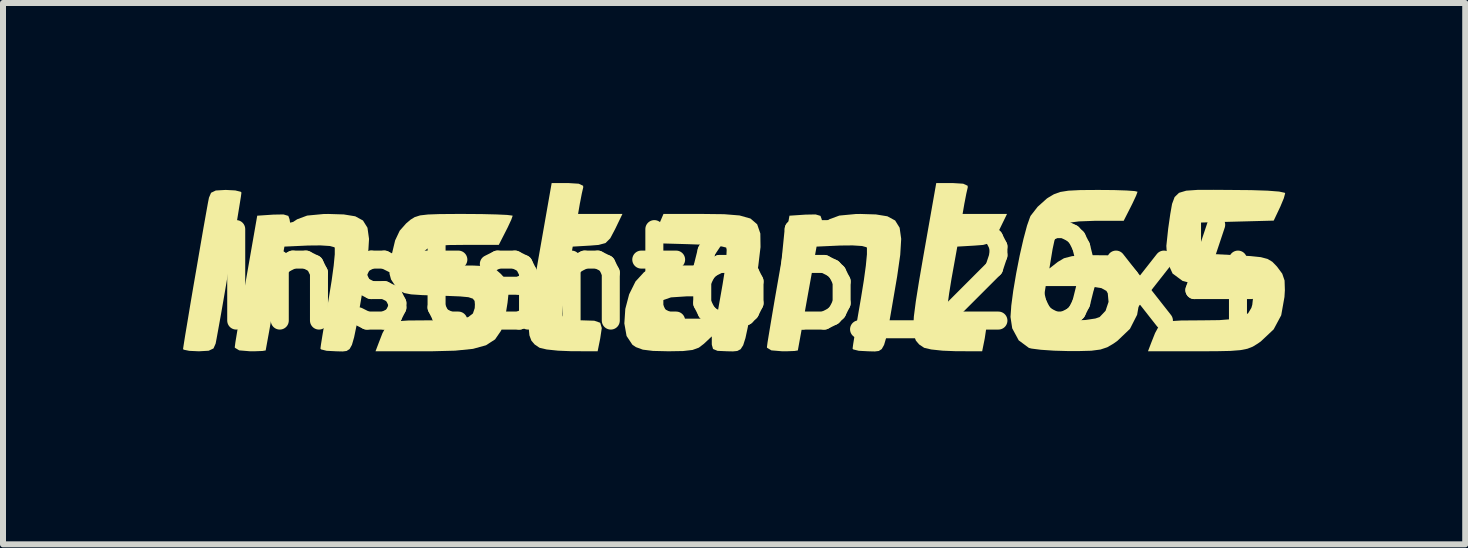
<source format=kicad_pcb>
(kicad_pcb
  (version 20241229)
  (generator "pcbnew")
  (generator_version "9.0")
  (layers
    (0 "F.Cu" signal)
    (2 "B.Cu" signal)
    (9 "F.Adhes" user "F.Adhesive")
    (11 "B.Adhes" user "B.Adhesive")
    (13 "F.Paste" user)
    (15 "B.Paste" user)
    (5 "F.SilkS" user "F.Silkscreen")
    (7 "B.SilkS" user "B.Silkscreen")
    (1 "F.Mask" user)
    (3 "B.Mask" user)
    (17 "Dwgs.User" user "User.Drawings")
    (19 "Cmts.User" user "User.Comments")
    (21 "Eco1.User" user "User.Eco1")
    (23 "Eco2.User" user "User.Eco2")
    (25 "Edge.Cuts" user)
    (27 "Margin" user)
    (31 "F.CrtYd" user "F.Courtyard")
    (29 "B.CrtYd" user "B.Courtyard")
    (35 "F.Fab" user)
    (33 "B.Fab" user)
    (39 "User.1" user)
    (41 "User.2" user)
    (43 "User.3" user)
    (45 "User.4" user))
  (footprint "Instant65_20x4"
    (layer "F.Cu")
    (at 9.268 1.602)
    (property "Reference" "Instant65_20x4" (at 0 0 0) (layer "F.SilkS") (effects (font (size 1.524 1.524) (thickness 0.3))))
    (attr through_hole)
    (fp_poly (pts (xy -8.398 -1.479) (xy -8.307 -1.457) (xy -8.295 -1.444) (xy -8.304 -1.375) (xy -8.33 -1.214) (xy -8.368 -0.981) (xy -8.416 -0.695) (xy -8.47 -0.377) (xy -8.527 -0.047) (xy -8.582 0.275) (xy -8.633 0.568) (xy -8.677 0.813) (xy -8.709 0.989) (xy -8.725 1.073) (xy -8.761 1.154) (xy -8.841 1.192) (xy -8.999 1.201) (xy -9.011 1.201) (xy -9.164 1.194) (xy -9.256 1.175) (xy -9.268 1.164) (xy -9.258 1.097) (xy -9.233 0.938) (xy -9.194 0.706) (xy -9.147 0.422) (xy -9.093 0.104) (xy -9.036 -0.225) (xy -8.981 -0.547) (xy -8.93 -0.842) (xy -8.886 -1.089) (xy -8.854 -1.268) (xy -8.836 -1.359) (xy -8.801 -1.44) (xy -8.722 -1.478) (xy -8.565 -1.487) (xy -8.551 -1.487)) (stroke (width 0) (type solid)) (fill yes) (layer "F.SilkS"))
    (fp_poly (pts (xy -2.676 -1.591) (xy -2.602 -1.557) (xy -2.6 -1.53) (xy -2.624 -1.426) (xy -2.653 -1.275) (xy -2.654 -1.273) (xy -2.686 -1.087) (xy -1.947 -1.087) (xy -2.07 -0.832) (xy -2.15 -0.681) (xy -2.228 -0.603) (xy -2.344 -0.571) (xy -2.484 -0.56) (xy -2.775 -0.543) (xy -2.872 0) (xy -2.912 0.242) (xy -2.938 0.444) (xy -2.948 0.58) (xy -2.945 0.615) (xy -2.872 0.661) (xy -2.698 0.684) (xy -2.605 0.686) (xy -2.415 0.692) (xy -2.317 0.726) (xy -2.291 0.814) (xy -2.316 0.981) (xy -2.324 1.023) (xy -2.36 1.201) (xy -2.796 1.2) (xy -3.02 1.191) (xy -3.209 1.171) (xy -3.324 1.144) (xy -3.332 1.14) (xy -3.409 1.088) (xy -3.464 1.024) (xy -3.497 0.935) (xy -3.509 0.806) (xy -3.498 0.621) (xy -3.466 0.367) (xy -3.411 0.029) (xy -3.341 -0.377) (xy -3.126 -1.602) (xy -2.852 -1.602)) (stroke (width 0) (type solid)) (fill yes) (layer "F.SilkS"))
    (fp_poly (pts (xy 3.731 -1.591) (xy 3.805 -1.557) (xy 3.807 -1.53) (xy 3.783 -1.426) (xy 3.754 -1.275) (xy 3.753 -1.273) (xy 3.721 -1.087) (xy 4.461 -1.087) (xy 4.337 -0.832) (xy 4.257 -0.681) (xy 4.18 -0.603) (xy 4.063 -0.571) (xy 3.923 -0.56) (xy 3.633 -0.543) (xy 3.535 0) (xy 3.496 0.242) (xy 3.469 0.444) (xy 3.459 0.58) (xy 3.462 0.615) (xy 3.535 0.661) (xy 3.709 0.684) (xy 3.802 0.686) (xy 3.993 0.692) (xy 4.09 0.726) (xy 4.116 0.814) (xy 4.091 0.981) (xy 4.083 1.023) (xy 4.047 1.201) (xy 3.611 1.2) (xy 3.387 1.191) (xy 3.199 1.171) (xy 3.083 1.144) (xy 3.076 1.14) (xy 2.998 1.088) (xy 2.943 1.024) (xy 2.91 0.935) (xy 2.899 0.806) (xy 2.909 0.621) (xy 2.942 0.367) (xy 2.996 0.029) (xy 3.066 -0.377) (xy 3.282 -1.602) (xy 3.555 -1.602)) (stroke (width 0) (type solid)) (fill yes) (layer "F.SilkS"))
    (fp_poly (pts (xy -6.59 -1.079) (xy -6.399 -1.048) (xy -6.27 -0.978) (xy -6.195 -0.857) (xy -6.169 -0.671) (xy -6.185 -0.406) (xy -6.236 -0.049) (xy -6.266 0.127) (xy -6.33 0.501) (xy -6.378 0.776) (xy -6.418 0.969) (xy -6.454 1.094) (xy -6.493 1.164) (xy -6.543 1.196) (xy -6.607 1.204) (xy -6.694 1.202) (xy -6.723 1.201) (xy -6.876 1.193) (xy -6.968 1.17) (xy -6.979 1.157) (xy -6.97 1.088) (xy -6.944 0.927) (xy -6.905 0.697) (xy -6.857 0.418) (xy -6.839 0.313) (xy -6.792 0.023) (xy -6.758 -0.226) (xy -6.74 -0.414) (xy -6.74 -0.519) (xy -6.745 -0.532) (xy -6.821 -0.553) (xy -6.978 -0.563) (xy -7.182 -0.561) (xy -7.185 -0.561) (xy -7.579 -0.543) (xy -7.734 0.315) (xy -7.788 0.612) (xy -7.833 0.867) (xy -7.868 1.059) (xy -7.888 1.169) (xy -7.891 1.187) (xy -7.945 1.196) (xy -8.076 1.201) (xy -8.152 1.201) (xy -8.332 1.186) (xy -8.405 1.142) (xy -8.406 1.13) (xy -8.396 1.053) (xy -8.368 0.883) (xy -8.327 0.638) (xy -8.276 0.337) (xy -8.217 0) (xy -8.032 -1.058) (xy -7.763 -1.076) (xy -7.595 -1.079) (xy -7.514 -1.055) (xy -7.494 -1.001) (xy -7.484 -0.942) (xy -7.434 -0.954) (xy -7.367 -0.998) (xy -7.2 -1.06) (xy -6.926 -1.086) (xy -6.848 -1.087)) (stroke (width 0) (type solid)) (fill yes) (layer "F.SilkS"))
    (fp_poly (pts (xy 2.277 -1.079) (xy 2.468 -1.048) (xy 2.597 -0.978) (xy 2.672 -0.857) (xy 2.698 -0.671) (xy 2.682 -0.406) (xy 2.631 -0.049) (xy 2.601 0.127) (xy 2.537 0.501) (xy 2.489 0.776) (xy 2.45 0.969) (xy 2.413 1.094) (xy 2.374 1.164) (xy 2.325 1.196) (xy 2.26 1.204) (xy 2.173 1.202) (xy 2.144 1.201) (xy 1.991 1.193) (xy 1.899 1.17) (xy 1.888 1.157) (xy 1.897 1.088) (xy 1.923 0.927) (xy 1.962 0.697) (xy 2.01 0.418) (xy 2.028 0.313) (xy 2.075 0.023) (xy 2.109 -0.226) (xy 2.127 -0.414) (xy 2.127 -0.519) (xy 2.122 -0.532) (xy 2.046 -0.553) (xy 1.889 -0.563) (xy 1.686 -0.561) (xy 1.682 -0.561) (xy 1.288 -0.543) (xy 1.133 0.315) (xy 1.08 0.612) (xy 1.034 0.867) (xy 0.999 1.059) (xy 0.979 1.169) (xy 0.976 1.187) (xy 0.922 1.196) (xy 0.792 1.201) (xy 0.715 1.201) (xy 0.535 1.186) (xy 0.462 1.142) (xy 0.461 1.13) (xy 0.471 1.053) (xy 0.499 0.883) (xy 0.54 0.638) (xy 0.591 0.337) (xy 0.65 0) (xy 0.836 -1.058) (xy 1.104 -1.076) (xy 1.272 -1.079) (xy 1.353 -1.055) (xy 1.373 -1.001) (xy 1.383 -0.942) (xy 1.434 -0.954) (xy 1.5 -0.998) (xy 1.667 -1.06) (xy 1.942 -1.086) (xy 2.019 -1.087)) (stroke (width 0) (type solid)) (fill yes) (layer "F.SilkS"))
    (fp_poly (pts (xy 8.184 -1.487) (xy 8.53 -1.484) (xy 8.804 -1.475) (xy 8.995 -1.46) (xy 9.088 -1.44) (xy 9.096 -1.432) (xy 9.073 -1.348) (xy 9.016 -1.211) (xy 9 -1.177) (xy 8.905 -0.976) (xy 8.3 -0.96) (xy 7.694 -0.944) (xy 7.694 -0.429) (xy 8.257 -0.4) (xy 8.518 -0.385) (xy 8.691 -0.367) (xy 8.803 -0.337) (xy 8.882 -0.29) (xy 8.954 -0.216) (xy 8.964 -0.204) (xy 9.047 -0.092) (xy 9.086 0.022) (xy 9.091 0.183) (xy 9.084 0.297) (xy 9.03 0.601) (xy 8.904 0.836) (xy 8.689 1.038) (xy 8.639 1.073) (xy 8.556 1.124) (xy 8.466 1.159) (xy 8.35 1.182) (xy 8.184 1.195) (xy 7.946 1.2) (xy 7.63 1.201) (xy 6.81 1.201) (xy 6.866 1.054) (xy 6.928 0.898) (xy 6.985 0.793) (xy 7.062 0.731) (xy 7.181 0.699) (xy 7.366 0.688) (xy 7.64 0.686) (xy 7.672 0.686) (xy 7.999 0.682) (xy 8.23 0.664) (xy 8.384 0.627) (xy 8.479 0.567) (xy 8.533 0.477) (xy 8.548 0.425) (xy 8.563 0.287) (xy 8.516 0.196) (xy 8.392 0.142) (xy 8.178 0.118) (xy 7.999 0.114) (xy 7.644 0.095) (xy 7.387 0.029) (xy 7.22 -0.094) (xy 7.133 -0.285) (xy 7.116 -0.555) (xy 7.147 -0.845) (xy 7.181 -1.083) (xy 7.211 -1.254) (xy 7.254 -1.369) (xy 7.327 -1.439) (xy 7.447 -1.475) (xy 7.634 -1.488) (xy 7.903 -1.489)) (stroke (width 0) (type solid)) (fill yes) (layer "F.SilkS"))
    (fp_poly (pts (xy -0.253 -1.083) (xy 0.005 -1.062) (xy 0.186 -1.011) (xy 0.298 -0.915) (xy 0.351 -0.761) (xy 0.354 -0.535) (xy 0.317 -0.224) (xy 0.254 0.159) (xy 0.191 0.526) (xy 0.143 0.795) (xy 0.103 0.981) (xy 0.065 1.101) (xy 0.022 1.167) (xy -0.033 1.196) (xy -0.105 1.203) (xy -0.202 1.201) (xy -0.204 1.201) (xy -0.362 1.194) (xy -0.437 1.163) (xy -0.457 1.094) (xy -0.458 1.077) (xy -0.458 0.953) (xy -0.59 1.077) (xy -0.674 1.141) (xy -0.779 1.179) (xy -0.935 1.197) (xy -1.174 1.201) (xy -1.184 1.201) (xy -1.438 1.195) (xy -1.607 1.174) (xy -1.722 1.132) (xy -1.781 1.092) (xy -1.878 0.946) (xy -1.915 0.737) (xy -1.899 0.495) (xy -1.835 0.252) (xy -1.729 0.038) (xy -1.588 -0.116) (xy -1.54 -0.146) (xy -1.374 -0.195) (xy -1.125 -0.224) (xy -0.947 -0.229) (xy -0.515 -0.229) (xy -0.515 0.286) (xy -0.88 0.286) (xy -1.138 0.303) (xy -1.297 0.358) (xy -1.365 0.456) (xy -1.363 0.555) (xy -1.339 0.606) (xy -1.276 0.637) (xy -1.152 0.652) (xy -0.943 0.658) (xy -0.861 0.658) (xy -0.379 0.658) (xy -0.278 0.086) (xy -0.239 -0.158) (xy -0.216 -0.358) (xy -0.21 -0.49) (xy -0.218 -0.527) (xy -0.289 -0.545) (xy -0.449 -0.563) (xy -0.671 -0.577) (xy -0.865 -0.584) (xy -1.47 -0.601) (xy -1.367 -0.844) (xy -1.263 -1.087) (xy -0.599 -1.087)) (stroke (width 0) (type solid)) (fill yes) (layer "F.SilkS"))
    (fp_poly (pts (xy -4.288 -1.085) (xy -4.046 -1.079) (xy -3.871 -1.071) (xy -3.782 -1.06) (xy -3.776 -1.056) (xy -3.799 -0.991) (xy -3.859 -0.862) (xy -3.891 -0.799) (xy -4.007 -0.572) (xy -4.544 -0.572) (xy -4.844 -0.569) (xy -5.048 -0.555) (xy -5.174 -0.526) (xy -5.239 -0.476) (xy -5.262 -0.401) (xy -5.263 -0.366) (xy -5.259 -0.304) (xy -5.233 -0.264) (xy -5.163 -0.242) (xy -5.03 -0.232) (xy -4.812 -0.229) (xy -4.688 -0.229) (xy -4.424 -0.227) (xy -4.247 -0.218) (xy -4.131 -0.195) (xy -4.049 -0.155) (xy -3.976 -0.091) (xy -3.967 -0.082) (xy -3.884 0.012) (xy -3.847 0.105) (xy -3.845 0.239) (xy -3.861 0.39) (xy -3.904 0.656) (xy -3.969 0.858) (xy -4.069 1.003) (xy -4.22 1.101) (xy -4.438 1.161) (xy -4.736 1.191) (xy -5.129 1.201) (xy -5.23 1.201) (xy -6.061 1.201) (xy -6.005 1.054) (xy -5.945 0.899) (xy -5.888 0.795) (xy -5.812 0.732) (xy -5.695 0.7) (xy -5.512 0.688) (xy -5.242 0.686) (xy -5.187 0.686) (xy -4.871 0.682) (xy -4.653 0.665) (xy -4.514 0.63) (xy -4.438 0.571) (xy -4.408 0.482) (xy -4.405 0.42) (xy -4.41 0.362) (xy -4.44 0.324) (xy -4.513 0.3) (xy -4.651 0.287) (xy -4.874 0.278) (xy -5.014 0.274) (xy -5.285 0.265) (xy -5.467 0.253) (xy -5.582 0.231) (xy -5.657 0.193) (xy -5.714 0.135) (xy -5.739 0.101) (xy -5.802 0.005) (xy -5.828 -0.09) (xy -5.822 -0.222) (xy -5.79 -0.414) (xy -5.734 -0.647) (xy -5.658 -0.808) (xy -5.55 -0.93) (xy -5.477 -0.992) (xy -5.407 -1.035) (xy -5.318 -1.063) (xy -5.187 -1.078) (xy -4.995 -1.085) (xy -4.718 -1.087) (xy -4.576 -1.087)) (stroke (width 0) (type solid)) (fill yes) (layer "F.SilkS"))
    (fp_poly (pts (xy 6.244 -1.485) (xy 6.453 -1.478) (xy 6.591 -1.468) (xy 6.636 -1.457) (xy 6.612 -1.391) (xy 6.552 -1.263) (xy 6.52 -1.199) (xy 6.405 -0.973) (xy 5.931 -0.973) (xy 5.659 -0.963) (xy 5.462 -0.937) (xy 5.366 -0.901) (xy 5.307 -0.808) (xy 5.251 -0.642) (xy 5.221 -0.504) (xy 5.167 -0.178) (xy 5.309 -0.289) (xy 5.41 -0.349) (xy 5.545 -0.384) (xy 5.745 -0.398) (xy 5.904 -0.4) (xy 6.136 -0.398) (xy 6.286 -0.383) (xy 6.389 -0.347) (xy 6.477 -0.28) (xy 6.533 -0.227) (xy 6.63 -0.12) (xy 6.679 -0.022) (xy 6.691 0.11) (xy 6.682 0.289) (xy 6.629 0.593) (xy 6.51 0.827) (xy 6.303 1.025) (xy 6.236 1.073) (xy 6.132 1.134) (xy 6.018 1.172) (xy 5.865 1.192) (xy 5.642 1.198) (xy 5.498 1.198) (xy 5.245 1.191) (xy 5.025 1.176) (xy 4.869 1.156) (xy 4.826 1.145) (xy 4.656 1.019) (xy 4.548 0.819) (xy 4.519 0.629) (xy 4.529 0.491) (xy 5.065 0.491) (xy 5.096 0.606) (xy 5.1 0.611) (xy 5.19 0.652) (xy 5.356 0.677) (xy 5.561 0.687) (xy 5.766 0.68) (xy 5.934 0.655) (xy 6.004 0.631) (xy 6.103 0.527) (xy 6.153 0.378) (xy 6.14 0.236) (xy 6.117 0.195) (xy 6.034 0.149) (xy 5.868 0.123) (xy 5.604 0.114) (xy 5.578 0.114) (xy 5.106 0.114) (xy 5.072 0.325) (xy 5.065 0.491) (xy 4.529 0.491) (xy 4.532 0.443) (xy 4.565 0.192) (xy 4.614 -0.097) (xy 4.672 -0.393) (xy 4.735 -0.669) (xy 4.795 -0.894) (xy 4.847 -1.041) (xy 4.856 -1.058) (xy 4.972 -1.207) (xy 5.126 -1.345) (xy 5.146 -1.358) (xy 5.242 -1.415) (xy 5.346 -1.453) (xy 5.484 -1.475) (xy 5.682 -1.485) (xy 5.966 -1.487) (xy 5.987 -1.487)) (stroke (width 0) (type solid)) (fill yes) (layer "F.SilkS")))
  (gr_rect
    (start -3 -3)
    (end 21.364 6.02)
    (stroke (width 0.1) (type default))
    (fill no)
    (layer "Edge.Cuts")))
</source>
